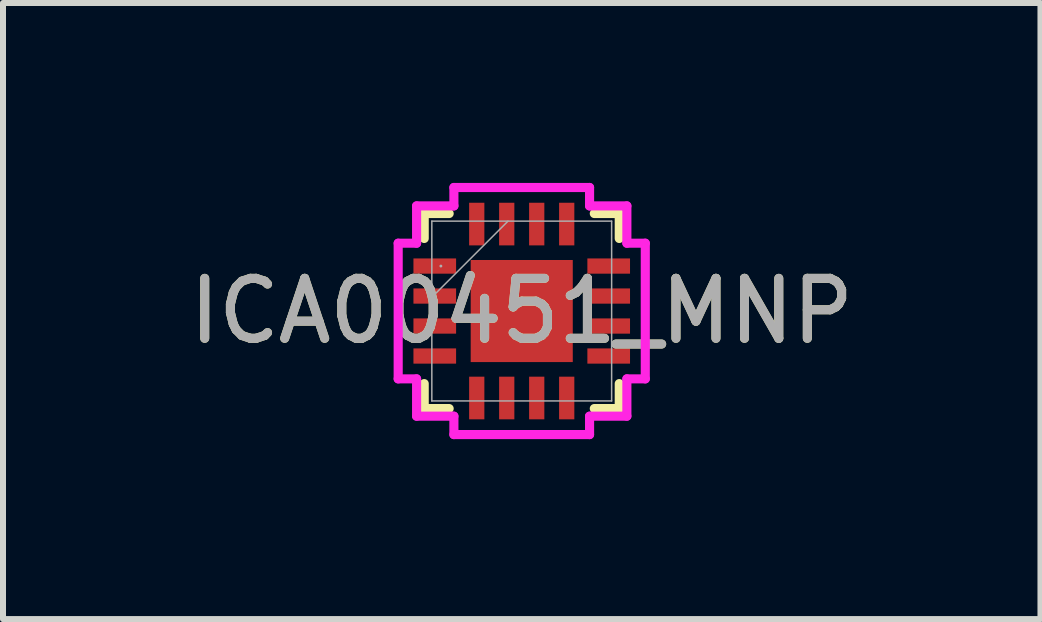
<source format=kicad_pcb>
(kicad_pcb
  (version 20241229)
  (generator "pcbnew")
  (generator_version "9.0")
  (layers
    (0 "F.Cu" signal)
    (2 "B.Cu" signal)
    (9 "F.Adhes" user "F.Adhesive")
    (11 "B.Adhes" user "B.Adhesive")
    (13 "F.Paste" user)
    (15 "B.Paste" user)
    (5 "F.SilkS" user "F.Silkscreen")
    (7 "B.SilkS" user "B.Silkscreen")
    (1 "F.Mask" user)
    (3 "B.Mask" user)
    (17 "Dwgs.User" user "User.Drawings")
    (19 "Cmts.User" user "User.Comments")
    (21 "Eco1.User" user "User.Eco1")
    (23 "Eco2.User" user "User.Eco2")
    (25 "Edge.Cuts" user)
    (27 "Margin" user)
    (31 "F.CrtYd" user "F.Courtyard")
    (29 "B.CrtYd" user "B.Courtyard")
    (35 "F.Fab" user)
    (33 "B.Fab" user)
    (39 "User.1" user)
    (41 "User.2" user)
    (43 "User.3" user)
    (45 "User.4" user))
  (footprint "ICA00451_MNP"
    (layer "F.Cu")
    (at 5.649 2.136)
    (property "Reference" "ICA00451_MNP" (at 0 0 0) (unlocked yes) (layer "F.SilkS") (effects (font (size 1 1) (thickness 0.15))))
    (attr smd)
    (fp_line (start -1.626 -1.626) (end -1.626 -1.21) (stroke (width 0.152) (type solid)) (layer "F.SilkS"))
    (fp_line (start -1.626 1.21) (end -1.626 1.626) (stroke (width 0.152) (type solid)) (layer "F.SilkS"))
    (fp_line (start -1.626 1.626) (end -1.21 1.626) (stroke (width 0.152) (type solid)) (layer "F.SilkS"))
    (fp_line (start -1.21 -1.626) (end -1.626 -1.626) (stroke (width 0.152) (type solid)) (layer "F.SilkS"))
    (fp_line (start 1.21 1.626) (end 1.626 1.626) (stroke (width 0.152) (type solid)) (layer "F.SilkS"))
    (fp_line (start 1.626 -1.626) (end 1.21 -1.626) (stroke (width 0.152) (type solid)) (layer "F.SilkS"))
    (fp_line (start 1.626 -1.21) (end 1.626 -1.626) (stroke (width 0.152) (type solid)) (layer "F.SilkS"))
    (fp_line (start 1.626 1.626) (end 1.626 1.21) (stroke (width 0.152) (type solid)) (layer "F.SilkS"))
    (fp_line (start -2.06 -1.131) (end -1.753 -1.131) (stroke (width 0.152) (type solid)) (layer "F.CrtYd"))
    (fp_line (start -2.06 1.131) (end -2.06 -1.131) (stroke (width 0.152) (type solid)) (layer "F.CrtYd"))
    (fp_line (start -1.753 -1.753) (end -1.131 -1.753) (stroke (width 0.152) (type solid)) (layer "F.CrtYd"))
    (fp_line (start -1.753 -1.131) (end -1.753 -1.753) (stroke (width 0.152) (type solid)) (layer "F.CrtYd"))
    (fp_line (start -1.753 1.131) (end -2.06 1.131) (stroke (width 0.152) (type solid)) (layer "F.CrtYd"))
    (fp_line (start -1.753 1.753) (end -1.753 1.131) (stroke (width 0.152) (type solid)) (layer "F.CrtYd"))
    (fp_line (start -1.131 -2.06) (end 1.131 -2.06) (stroke (width 0.152) (type solid)) (layer "F.CrtYd"))
    (fp_line (start -1.131 -1.753) (end -1.131 -2.06) (stroke (width 0.152) (type solid)) (layer "F.CrtYd"))
    (fp_line (start -1.131 1.753) (end -1.753 1.753) (stroke (width 0.152) (type solid)) (layer "F.CrtYd"))
    (fp_line (start -1.131 2.06) (end -1.131 1.753) (stroke (width 0.152) (type solid)) (layer "F.CrtYd"))
    (fp_line (start 1.131 -2.06) (end 1.131 -1.753) (stroke (width 0.152) (type solid)) (layer "F.CrtYd"))
    (fp_line (start 1.131 -1.753) (end 1.753 -1.753) (stroke (width 0.152) (type solid)) (layer "F.CrtYd"))
    (fp_line (start 1.131 1.753) (end 1.131 2.06) (stroke (width 0.152) (type solid)) (layer "F.CrtYd"))
    (fp_line (start 1.131 2.06) (end -1.131 2.06) (stroke (width 0.152) (type solid)) (layer "F.CrtYd"))
    (fp_line (start 1.753 -1.753) (end 1.753 -1.131) (stroke (width 0.152) (type solid)) (layer "F.CrtYd"))
    (fp_line (start 1.753 -1.131) (end 2.06 -1.131) (stroke (width 0.152) (type solid)) (layer "F.CrtYd"))
    (fp_line (start 1.753 1.131) (end 1.753 1.753) (stroke (width 0.152) (type solid)) (layer "F.CrtYd"))
    (fp_line (start 1.753 1.753) (end 1.131 1.753) (stroke (width 0.152) (type solid)) (layer "F.CrtYd"))
    (fp_line (start 2.06 -1.131) (end 2.06 1.131) (stroke (width 0.152) (type solid)) (layer "F.CrtYd"))
    (fp_line (start 2.06 1.131) (end 1.753 1.131) (stroke (width 0.152) (type solid)) (layer "F.CrtYd"))
    (fp_line (start -1.499 -1.499) (end -1.499 1.499) (stroke (width 0.025) (type solid)) (layer "F.Fab"))
    (fp_line (start -1.499 -0.229) (end -0.229 -1.499) (stroke (width 0.025) (type solid)) (layer "F.Fab"))
    (fp_line (start -1.499 1.499) (end 1.499 1.499) (stroke (width 0.025) (type solid)) (layer "F.Fab"))
    (fp_line (start 1.499 -1.499) (end -1.499 -1.499) (stroke (width 0.025) (type solid)) (layer "F.Fab"))
    (fp_line (start 1.499 1.499) (end 1.499 -1.499) (stroke (width 0.025) (type solid)) (layer "F.Fab"))
    (fp_circle (center -1.348 -0.75) (end -1.348 -0.75) (stroke (width 0.025) (type solid)) (fill no) (layer "F.Fab"))
    (fp_text user "${REFERENCE}" (at 0 0 0) (unlocked yes) (layer "F.Fab") (effects (font (size 1 1) (thickness 0.15))))
    (pad "1" smd rect (at -1.45 -0.75) (size 0.711 0.254) (layers "F.Cu" "F.Mask" "F.Paste"))
    (pad "2" smd rect (at -1.45 -0.25) (size 0.711 0.254) (layers "F.Cu" "F.Mask" "F.Paste"))
    (pad "3" smd rect (at -1.45 0.25) (size 0.711 0.254) (layers "F.Cu" "F.Mask" "F.Paste"))
    (pad "4" smd rect (at -1.45 0.75) (size 0.711 0.254) (layers "F.Cu" "F.Mask" "F.Paste"))
    (pad "5" smd rect (at -0.75 1.45 90) (size 0.711 0.254) (layers "F.Cu" "F.Mask" "F.Paste"))
    (pad "6" smd rect (at -0.25 1.45 90) (size 0.711 0.254) (layers "F.Cu" "F.Mask" "F.Paste"))
    (pad "7" smd rect (at 0.25 1.45 90) (size 0.711 0.254) (layers "F.Cu" "F.Mask" "F.Paste"))
    (pad "8" smd rect (at 0.75 1.45 90) (size 0.711 0.254) (layers "F.Cu" "F.Mask" "F.Paste"))
    (pad "9" smd rect (at 1.45 0.75) (size 0.711 0.254) (layers "F.Cu" "F.Mask" "F.Paste"))
    (pad "10" smd rect (at 1.45 0.25) (size 0.711 0.254) (layers "F.Cu" "F.Mask" "F.Paste"))
    (pad "11" smd rect (at 1.45 -0.25) (size 0.711 0.254) (layers "F.Cu" "F.Mask" "F.Paste"))
    (pad "12" smd rect (at 1.45 -0.75) (size 0.711 0.254) (layers "F.Cu" "F.Mask" "F.Paste"))
    (pad "13" smd rect (at 0.75 -1.45 90) (size 0.711 0.254) (layers "F.Cu" "F.Mask" "F.Paste"))
    (pad "14" smd rect (at 0.25 -1.45 90) (size 0.711 0.254) (layers "F.Cu" "F.Mask" "F.Paste"))
    (pad "15" smd rect (at -0.25 -1.45 90) (size 0.711 0.254) (layers "F.Cu" "F.Mask" "F.Paste"))
    (pad "16" smd rect (at -0.75 -1.45 90) (size 0.711 0.254) (layers "F.Cu" "F.Mask" "F.Paste"))
    (pad "17" smd rect (at 0 0) (size 1.702 1.702) (layers "F.Cu" "F.Mask" "F.Paste")))
  (gr_rect
    (start -3 -3)
    (end 14.298 7.272)
    (stroke (width 0.1) (type default))
    (fill no)
    (layer "Edge.Cuts")))
</source>
